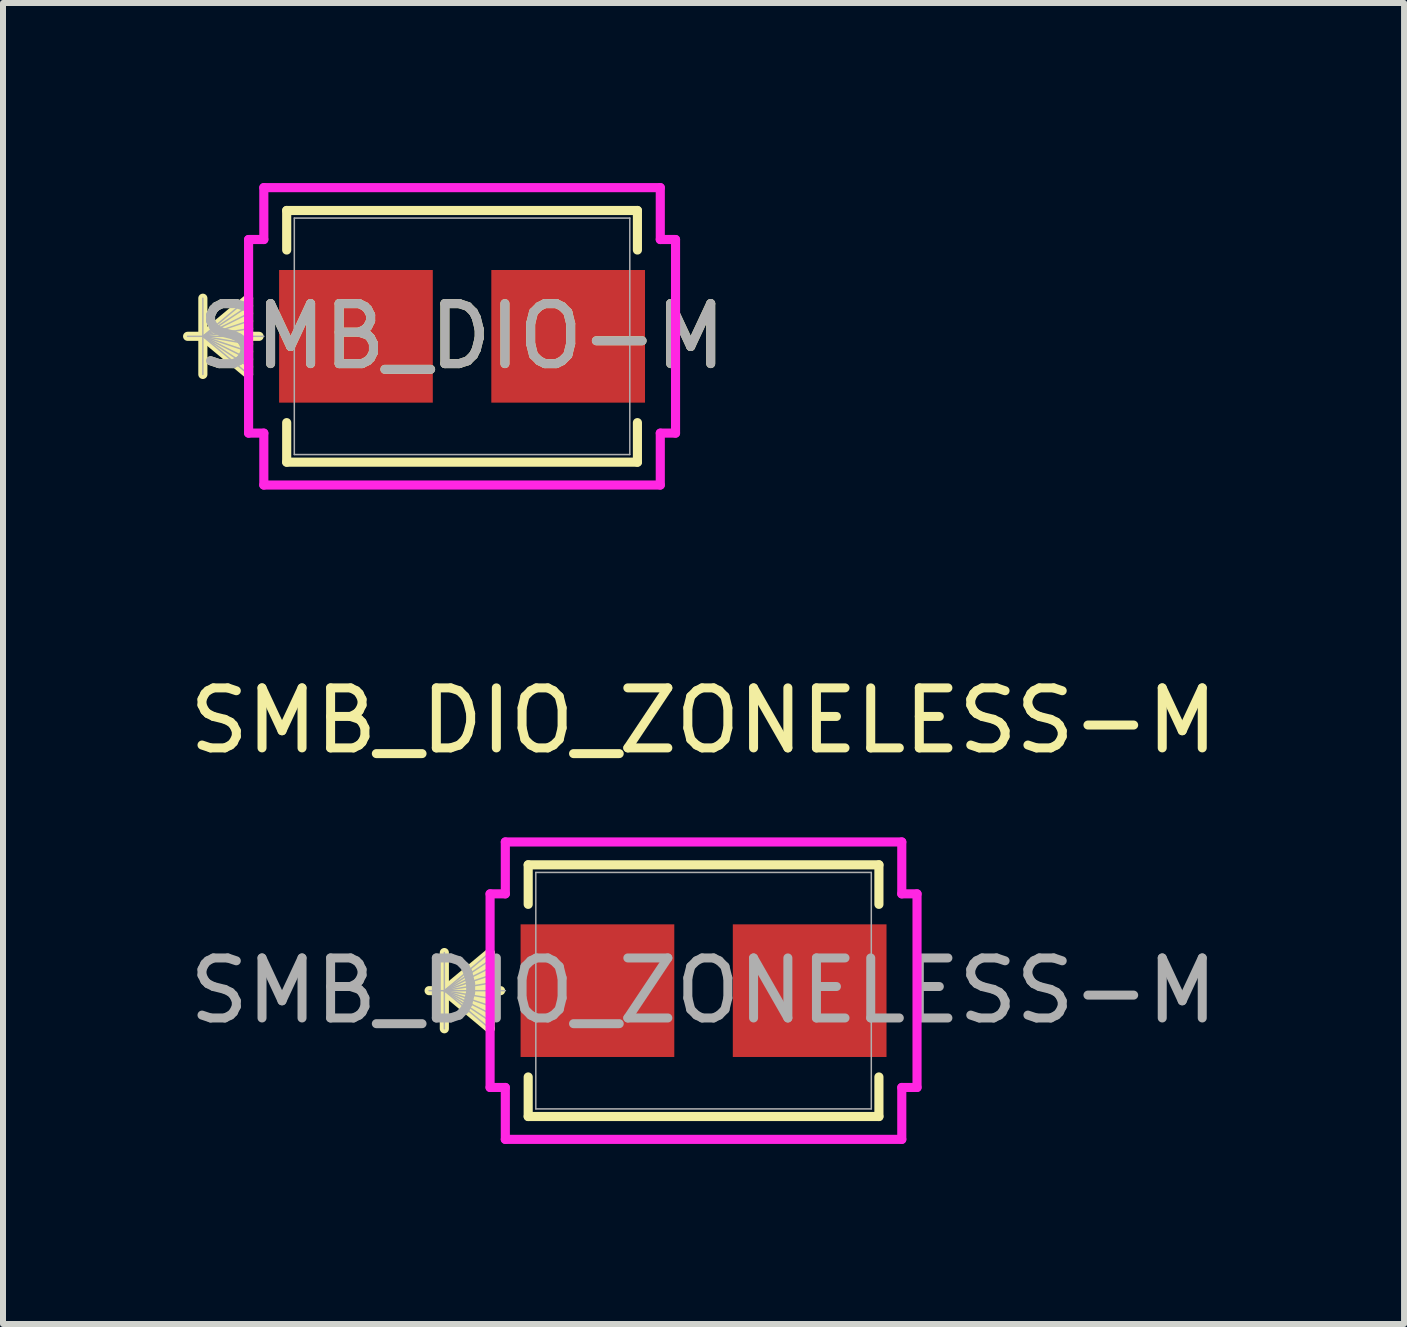
<source format=kicad_pcb>
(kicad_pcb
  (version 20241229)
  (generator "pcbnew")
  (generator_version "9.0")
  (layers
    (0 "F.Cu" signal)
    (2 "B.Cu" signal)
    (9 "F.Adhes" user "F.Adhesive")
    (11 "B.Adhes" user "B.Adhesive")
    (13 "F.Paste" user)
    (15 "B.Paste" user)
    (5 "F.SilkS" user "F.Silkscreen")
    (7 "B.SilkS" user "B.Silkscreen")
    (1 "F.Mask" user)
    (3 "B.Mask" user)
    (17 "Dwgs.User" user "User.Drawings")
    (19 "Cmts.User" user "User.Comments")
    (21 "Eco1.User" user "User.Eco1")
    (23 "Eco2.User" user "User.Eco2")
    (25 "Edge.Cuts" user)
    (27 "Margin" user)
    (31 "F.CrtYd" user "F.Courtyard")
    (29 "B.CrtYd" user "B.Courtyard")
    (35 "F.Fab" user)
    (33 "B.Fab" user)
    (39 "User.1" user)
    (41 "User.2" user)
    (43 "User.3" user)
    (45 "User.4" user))
  (footprint "SMB_DIO-M"
    (layer "F.Cu")
    (at 4.649 2.554)
    (property "Reference" "SMB_DIO-M" (at 0 0 0) (unlocked yes) (layer "F.SilkS") (effects (font (size 1 1) (thickness 0.15))))
    (attr smd)
    (fp_line (start -4.319 -0.635) (end -4.319 0.635) (stroke (width 0.152) (type solid)) (layer "F.SilkS"))
    (fp_line (start -4.319 0) (end -3.557 -0.635) (stroke (width 0.152) (type solid)) (layer "F.SilkS"))
    (fp_line (start -4.319 0) (end -3.557 -0.508) (stroke (width 0.152) (type solid)) (layer "F.SilkS"))
    (fp_line (start -4.319 0) (end -3.557 -0.381) (stroke (width 0.152) (type solid)) (layer "F.SilkS"))
    (fp_line (start -4.319 0) (end -3.557 -0.254) (stroke (width 0.152) (type solid)) (layer "F.SilkS"))
    (fp_line (start -4.319 0) (end -3.557 -0.127) (stroke (width 0.152) (type solid)) (layer "F.SilkS"))
    (fp_line (start -4.319 0) (end -3.557 0.127) (stroke (width 0.152) (type solid)) (layer "F.SilkS"))
    (fp_line (start -4.319 0) (end -3.557 0.254) (stroke (width 0.152) (type solid)) (layer "F.SilkS"))
    (fp_line (start -4.319 0) (end -3.557 0.381) (stroke (width 0.152) (type solid)) (layer "F.SilkS"))
    (fp_line (start -4.319 0) (end -3.557 0.508) (stroke (width 0.152) (type solid)) (layer "F.SilkS"))
    (fp_line (start -4.319 0) (end -3.557 0.635) (stroke (width 0.152) (type solid)) (layer "F.SilkS"))
    (fp_line (start -3.557 -0.635) (end -3.557 0.635) (stroke (width 0.152) (type solid)) (layer "F.SilkS"))
    (fp_line (start -3.382 0) (end -4.573 0) (stroke (width 0.152) (type solid)) (layer "F.SilkS"))
    (fp_line (start -2.922 -2.097) (end -2.922 -1.438) (stroke (width 0.152) (type solid)) (layer "F.SilkS"))
    (fp_line (start -2.922 1.438) (end -2.922 2.097) (stroke (width 0.152) (type solid)) (layer "F.SilkS"))
    (fp_line (start -2.922 2.097) (end 2.922 2.097) (stroke (width 0.152) (type solid)) (layer "F.SilkS"))
    (fp_line (start 2.922 -2.097) (end -2.922 -2.097) (stroke (width 0.152) (type solid)) (layer "F.SilkS"))
    (fp_line (start 2.922 -1.438) (end 2.922 -2.097) (stroke (width 0.152) (type solid)) (layer "F.SilkS"))
    (fp_line (start 2.922 2.097) (end 2.922 1.438) (stroke (width 0.152) (type solid)) (layer "F.SilkS"))
    (fp_line (start -3.557 -1.613) (end -3.303 -1.613) (stroke (width 0.152) (type solid)) (layer "F.CrtYd"))
    (fp_line (start -3.557 1.613) (end -3.557 -1.613) (stroke (width 0.152) (type solid)) (layer "F.CrtYd"))
    (fp_line (start -3.303 -2.478) (end 3.303 -2.478) (stroke (width 0.152) (type solid)) (layer "F.CrtYd"))
    (fp_line (start -3.303 -1.613) (end -3.303 -2.478) (stroke (width 0.152) (type solid)) (layer "F.CrtYd"))
    (fp_line (start -3.303 1.613) (end -3.557 1.613) (stroke (width 0.152) (type solid)) (layer "F.CrtYd"))
    (fp_line (start -3.303 2.478) (end -3.303 1.613) (stroke (width 0.152) (type solid)) (layer "F.CrtYd"))
    (fp_line (start 3.303 -2.478) (end 3.303 -1.613) (stroke (width 0.152) (type solid)) (layer "F.CrtYd"))
    (fp_line (start 3.303 -1.613) (end 3.557 -1.613) (stroke (width 0.152) (type solid)) (layer "F.CrtYd"))
    (fp_line (start 3.303 1.613) (end 3.303 2.478) (stroke (width 0.152) (type solid)) (layer "F.CrtYd"))
    (fp_line (start 3.303 2.478) (end -3.303 2.478) (stroke (width 0.152) (type solid)) (layer "F.CrtYd"))
    (fp_line (start 3.557 -1.613) (end 3.557 1.613) (stroke (width 0.152) (type solid)) (layer "F.CrtYd"))
    (fp_line (start 3.557 1.613) (end 3.303 1.613) (stroke (width 0.152) (type solid)) (layer "F.CrtYd"))
    (fp_line (start -4.319 -0.635) (end -4.319 0.635) (stroke (width 0.025) (type solid)) (layer "F.Fab"))
    (fp_line (start -4.319 0) (end -3.557 -0.635) (stroke (width 0.025) (type solid)) (layer "F.Fab"))
    (fp_line (start -4.319 0) (end -3.557 -0.508) (stroke (width 0.025) (type solid)) (layer "F.Fab"))
    (fp_line (start -4.319 0) (end -3.557 -0.381) (stroke (width 0.025) (type solid)) (layer "F.Fab"))
    (fp_line (start -4.319 0) (end -3.557 -0.254) (stroke (width 0.025) (type solid)) (layer "F.Fab"))
    (fp_line (start -4.319 0) (end -3.557 -0.127) (stroke (width 0.025) (type solid)) (layer "F.Fab"))
    (fp_line (start -4.319 0) (end -3.557 0.127) (stroke (width 0.025) (type solid)) (layer "F.Fab"))
    (fp_line (start -4.319 0) (end -3.557 0.254) (stroke (width 0.025) (type solid)) (layer "F.Fab"))
    (fp_line (start -4.319 0) (end -3.557 0.381) (stroke (width 0.025) (type solid)) (layer "F.Fab"))
    (fp_line (start -4.319 0) (end -3.557 0.508) (stroke (width 0.025) (type solid)) (layer "F.Fab"))
    (fp_line (start -4.319 0) (end -3.557 0.635) (stroke (width 0.025) (type solid)) (layer "F.Fab"))
    (fp_line (start -3.557 -0.635) (end -3.557 0.635) (stroke (width 0.025) (type solid)) (layer "F.Fab"))
    (fp_line (start -3.303 0) (end -4.573 0) (stroke (width 0.025) (type solid)) (layer "F.Fab"))
    (fp_line (start -2.795 -1.97) (end -2.795 1.97) (stroke (width 0.025) (type solid)) (layer "F.Fab"))
    (fp_line (start -2.795 1.97) (end 2.795 1.97) (stroke (width 0.025) (type solid)) (layer "F.Fab"))
    (fp_line (start 2.795 -1.97) (end -2.795 -1.97) (stroke (width 0.025) (type solid)) (layer "F.Fab"))
    (fp_line (start 2.795 1.97) (end 2.795 -1.97) (stroke (width 0.025) (type solid)) (layer "F.Fab"))
    (fp_text user "${REFERENCE}" (at 0 0 0) (unlocked yes) (layer "F.Fab") (effects (font (size 1 1) (thickness 0.15))))
    (pad "1" smd rect (at -1.768 0 90) (size 2.21 2.561) (layers "F.Cu" "F.Mask" "F.Paste"))
    (pad "2" smd rect (at 1.768 0 90) (size 2.21 2.561) (layers "F.Cu" "F.Mask" "F.Paste"))
    (zone (net_name "") (layer "F.Cu") (hatch full 0.508) (connect_pads) (min_thickness 0.254) (filled_areas_thickness no) (keepout (tracks not_allowed) (vias not_allowed) (pads allowed) (copperpour not_allowed) (footprints allowed)) (placement (enabled no)) (fill) (polygon (pts (xy 1.905 0.635) (xy 7.393 0.635) (xy 7.393 1.398) (xy 1.905 1.398))))
    (zone (net_name "") (layer "F.Cu") (hatch full 0.508) (connect_pads) (min_thickness 0.254) (filled_areas_thickness no) (keepout (tracks not_allowed) (vias not_allowed) (pads allowed) (copperpour not_allowed) (footprints allowed)) (placement (enabled no)) (fill) (polygon (pts (xy 1.905 3.71) (xy 7.393 3.71) (xy 7.393 4.473) (xy 1.905 4.473))))
    (zone (net_name "") (layer "F.Cu") (hatch full 0.508) (connect_pads) (min_thickness 0.254) (filled_areas_thickness no) (keepout (tracks not_allowed) (vias not_allowed) (pads allowed) (copperpour not_allowed) (footprints allowed)) (placement (enabled no)) (fill) (polygon (pts (xy 4.212 1.398) (xy 5.086 1.398) (xy 5.086 3.71) (xy 4.212 3.71)))))
  (footprint "SMB_DIO_ZONELESS-M"
    (layer "F.Cu")
    (at 8.673 13.457)
    (property "Reference" "SMB_DIO_ZONELESS-M" (at 0 -4.5 0) (unlocked yes) (layer "F.SilkS") (effects (font (size 1 1) (thickness 0.15))))
    (attr smd)
    (fp_line (start -4.319 -0.635) (end -4.319 0.635) (stroke (width 0.152) (type solid)) (layer "F.SilkS"))
    (fp_line (start -4.319 0) (end -3.557 -0.635) (stroke (width 0.152) (type solid)) (layer "F.SilkS"))
    (fp_line (start -4.319 0) (end -3.557 -0.508) (stroke (width 0.152) (type solid)) (layer "F.SilkS"))
    (fp_line (start -4.319 0) (end -3.557 -0.381) (stroke (width 0.152) (type solid)) (layer "F.SilkS"))
    (fp_line (start -4.319 0) (end -3.557 -0.254) (stroke (width 0.152) (type solid)) (layer "F.SilkS"))
    (fp_line (start -4.319 0) (end -3.557 -0.127) (stroke (width 0.152) (type solid)) (layer "F.SilkS"))
    (fp_line (start -4.319 0) (end -3.557 0.127) (stroke (width 0.152) (type solid)) (layer "F.SilkS"))
    (fp_line (start -4.319 0) (end -3.557 0.254) (stroke (width 0.152) (type solid)) (layer "F.SilkS"))
    (fp_line (start -4.319 0) (end -3.557 0.381) (stroke (width 0.152) (type solid)) (layer "F.SilkS"))
    (fp_line (start -4.319 0) (end -3.557 0.508) (stroke (width 0.152) (type solid)) (layer "F.SilkS"))
    (fp_line (start -4.319 0) (end -3.557 0.635) (stroke (width 0.152) (type solid)) (layer "F.SilkS"))
    (fp_line (start -3.557 -0.635) (end -3.557 0.635) (stroke (width 0.152) (type solid)) (layer "F.SilkS"))
    (fp_line (start -3.382 0) (end -4.573 0) (stroke (width 0.152) (type solid)) (layer "F.SilkS"))
    (fp_line (start -2.922 -2.097) (end -2.922 -1.438) (stroke (width 0.152) (type solid)) (layer "F.SilkS"))
    (fp_line (start -2.922 1.438) (end -2.922 2.097) (stroke (width 0.152) (type solid)) (layer "F.SilkS"))
    (fp_line (start -2.922 2.097) (end 2.922 2.097) (stroke (width 0.152) (type solid)) (layer "F.SilkS"))
    (fp_line (start 2.922 -2.097) (end -2.922 -2.097) (stroke (width 0.152) (type solid)) (layer "F.SilkS"))
    (fp_line (start 2.922 -1.438) (end 2.922 -2.097) (stroke (width 0.152) (type solid)) (layer "F.SilkS"))
    (fp_line (start 2.922 2.097) (end 2.922 1.438) (stroke (width 0.152) (type solid)) (layer "F.SilkS"))
    (fp_line (start -3.557 -1.613) (end -3.303 -1.613) (stroke (width 0.152) (type solid)) (layer "F.CrtYd"))
    (fp_line (start -3.557 1.613) (end -3.557 -1.613) (stroke (width 0.152) (type solid)) (layer "F.CrtYd"))
    (fp_line (start -3.303 -2.478) (end 3.303 -2.478) (stroke (width 0.152) (type solid)) (layer "F.CrtYd"))
    (fp_line (start -3.303 -1.613) (end -3.303 -2.478) (stroke (width 0.152) (type solid)) (layer "F.CrtYd"))
    (fp_line (start -3.303 1.613) (end -3.557 1.613) (stroke (width 0.152) (type solid)) (layer "F.CrtYd"))
    (fp_line (start -3.303 2.478) (end -3.303 1.613) (stroke (width 0.152) (type solid)) (layer "F.CrtYd"))
    (fp_line (start 3.303 -2.478) (end 3.303 -1.613) (stroke (width 0.152) (type solid)) (layer "F.CrtYd"))
    (fp_line (start 3.303 -1.613) (end 3.557 -1.613) (stroke (width 0.152) (type solid)) (layer "F.CrtYd"))
    (fp_line (start 3.303 1.613) (end 3.303 2.478) (stroke (width 0.152) (type solid)) (layer "F.CrtYd"))
    (fp_line (start 3.303 2.478) (end -3.303 2.478) (stroke (width 0.152) (type solid)) (layer "F.CrtYd"))
    (fp_line (start 3.557 -1.613) (end 3.557 1.613) (stroke (width 0.152) (type solid)) (layer "F.CrtYd"))
    (fp_line (start 3.557 1.613) (end 3.303 1.613) (stroke (width 0.152) (type solid)) (layer "F.CrtYd"))
    (fp_line (start -4.319 -0.635) (end -4.319 0.635) (stroke (width 0.025) (type solid)) (layer "F.Fab"))
    (fp_line (start -4.319 0) (end -3.557 -0.635) (stroke (width 0.025) (type solid)) (layer "F.Fab"))
    (fp_line (start -4.319 0) (end -3.557 -0.508) (stroke (width 0.025) (type solid)) (layer "F.Fab"))
    (fp_line (start -4.319 0) (end -3.557 -0.381) (stroke (width 0.025) (type solid)) (layer "F.Fab"))
    (fp_line (start -4.319 0) (end -3.557 -0.254) (stroke (width 0.025) (type solid)) (layer "F.Fab"))
    (fp_line (start -4.319 0) (end -3.557 -0.127) (stroke (width 0.025) (type solid)) (layer "F.Fab"))
    (fp_line (start -4.319 0) (end -3.557 0.127) (stroke (width 0.025) (type solid)) (layer "F.Fab"))
    (fp_line (start -4.319 0) (end -3.557 0.254) (stroke (width 0.025) (type solid)) (layer "F.Fab"))
    (fp_line (start -4.319 0) (end -3.557 0.381) (stroke (width 0.025) (type solid)) (layer "F.Fab"))
    (fp_line (start -4.319 0) (end -3.557 0.508) (stroke (width 0.025) (type solid)) (layer "F.Fab"))
    (fp_line (start -4.319 0) (end -3.557 0.635) (stroke (width 0.025) (type solid)) (layer "F.Fab"))
    (fp_line (start -3.557 -0.635) (end -3.557 0.635) (stroke (width 0.025) (type solid)) (layer "F.Fab"))
    (fp_line (start -3.303 0) (end -4.573 0) (stroke (width 0.025) (type solid)) (layer "F.Fab"))
    (fp_line (start -2.795 -1.97) (end -2.795 1.97) (stroke (width 0.025) (type solid)) (layer "F.Fab"))
    (fp_line (start -2.795 1.97) (end 2.795 1.97) (stroke (width 0.025) (type solid)) (layer "F.Fab"))
    (fp_line (start 2.795 -1.97) (end -2.795 -1.97) (stroke (width 0.025) (type solid)) (layer "F.Fab"))
    (fp_line (start 2.795 1.97) (end 2.795 -1.97) (stroke (width 0.025) (type solid)) (layer "F.Fab"))
    (fp_text user "${REFERENCE}" (at 0 0 0) (unlocked yes) (layer "F.Fab") (effects (font (size 1 1) (thickness 0.15))))
    (pad "1" smd rect (at -1.768 0 90) (size 2.21 2.561) (layers "F.Cu" "F.Mask" "F.Paste"))
    (pad "2" smd rect (at 1.768 0 90) (size 2.21 2.561) (layers "F.Cu" "F.Mask" "F.Paste")))
  (gr_rect
    (start -3 -3)
    (end 20.345 19.011)
    (stroke (width 0.1) (type default))
    (fill no)
    (layer "Edge.Cuts")))
</source>
